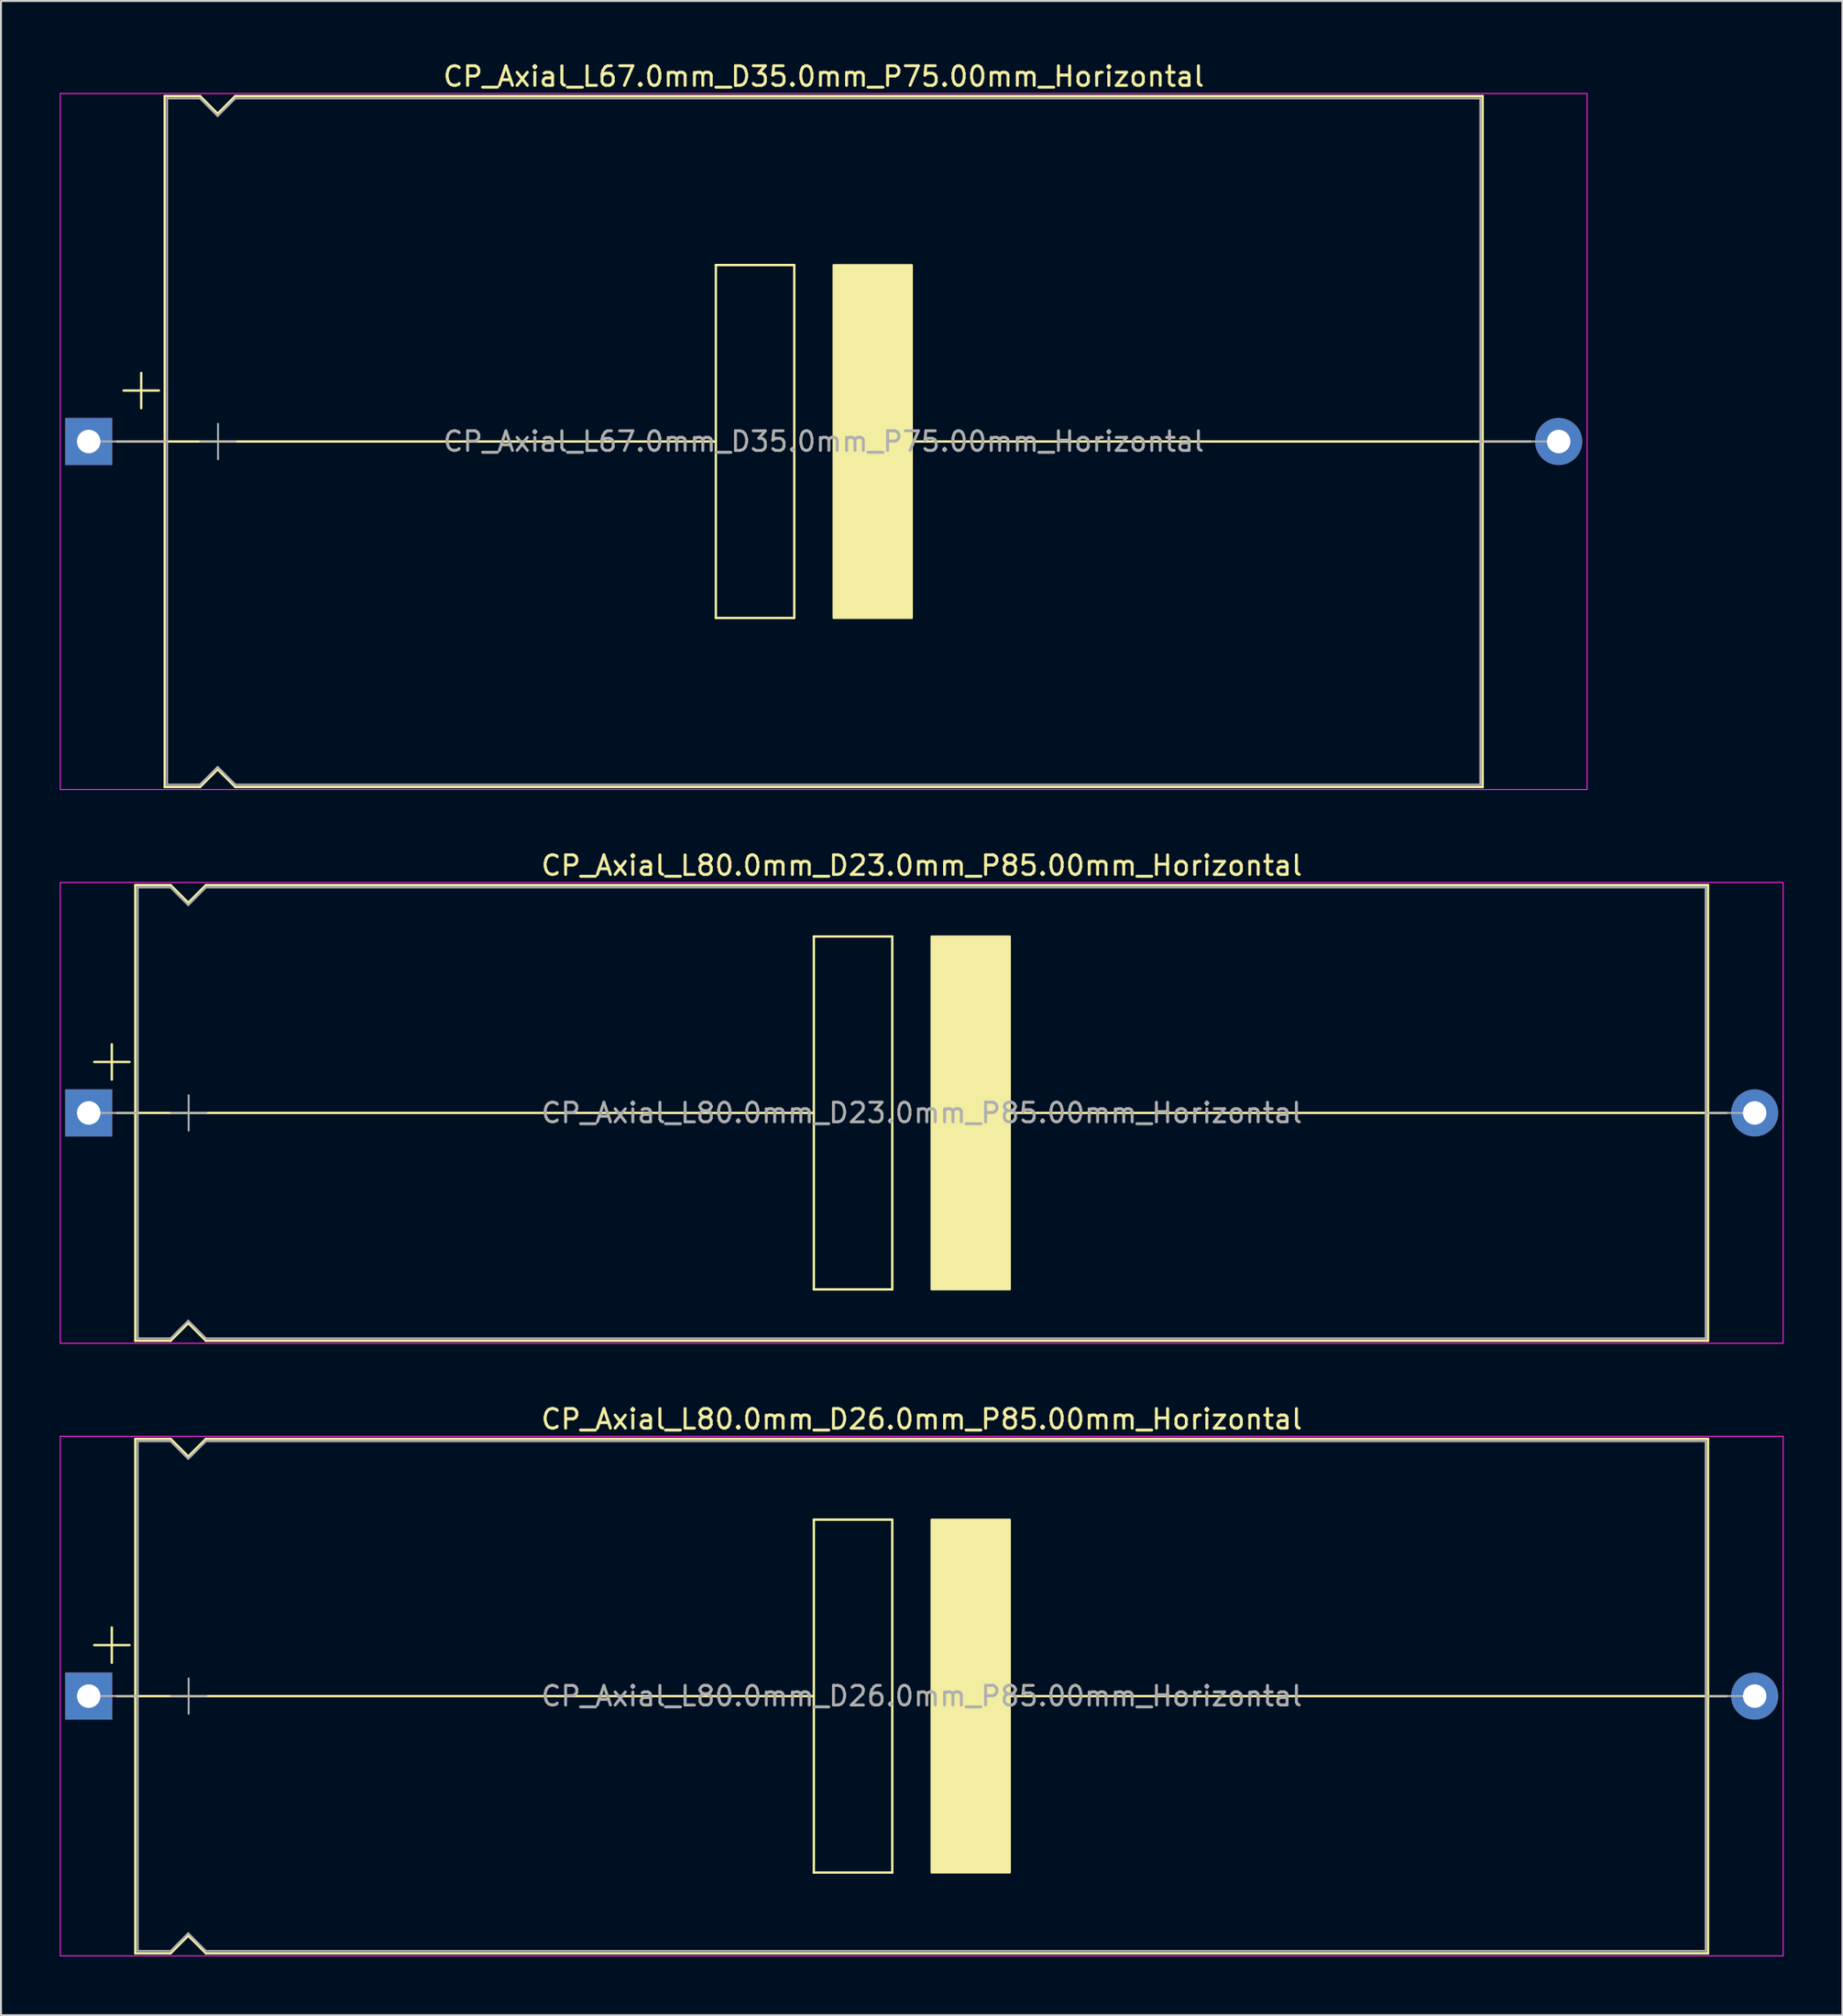
<source format=kicad_pcb>
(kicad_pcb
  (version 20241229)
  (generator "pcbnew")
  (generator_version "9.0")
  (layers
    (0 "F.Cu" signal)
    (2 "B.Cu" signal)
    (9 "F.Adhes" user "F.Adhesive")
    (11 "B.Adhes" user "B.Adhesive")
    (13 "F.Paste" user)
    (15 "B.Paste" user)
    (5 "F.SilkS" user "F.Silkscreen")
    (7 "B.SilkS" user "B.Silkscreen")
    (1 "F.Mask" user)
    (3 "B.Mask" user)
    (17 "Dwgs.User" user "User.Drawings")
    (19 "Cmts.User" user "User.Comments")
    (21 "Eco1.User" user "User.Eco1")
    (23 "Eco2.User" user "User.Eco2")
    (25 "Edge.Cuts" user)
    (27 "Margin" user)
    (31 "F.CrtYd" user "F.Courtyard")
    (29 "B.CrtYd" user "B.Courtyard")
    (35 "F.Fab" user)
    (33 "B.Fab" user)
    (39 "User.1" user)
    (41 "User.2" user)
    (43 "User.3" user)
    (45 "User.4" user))
  (footprint "CP_Axial_L67.0mm_D35.0mm_P75.00mm_Horizontal"
    (layer "F.Cu")
    (at 1.475 19.468)
    (property "Reference" "CP_Axial_L67.0mm_D35.0mm_P75.00mm_Horizontal" (at 37.5 -18.62 0) (layer "F.SilkS") (effects (font (size 1 1) (thickness 0.15))))
    (attr through_hole)
    (fp_line (start 1.44 0) (end 3.88 0) (stroke (width 0.12) (type solid)) (layer "F.SilkS"))
    (fp_line (start 1.78 -2.6) (end 3.58 -2.6) (stroke (width 0.12) (type solid)) (layer "F.SilkS"))
    (fp_line (start 2.68 -3.5) (end 2.68 -1.7) (stroke (width 0.12) (type solid)) (layer "F.SilkS"))
    (fp_line (start 3.873 0) (end 32 0) (stroke (width 0.12) (type solid)) (layer "F.SilkS"))
    (fp_line (start 3.88 -17.62) (end 3.88 17.62) (stroke (width 0.12) (type solid)) (layer "F.SilkS"))
    (fp_line (start 3.88 -17.62) (end 5.68 -17.62) (stroke (width 0.12) (type solid)) (layer "F.SilkS"))
    (fp_line (start 3.88 17.62) (end 5.68 17.62) (stroke (width 0.12) (type solid)) (layer "F.SilkS"))
    (fp_line (start 5.68 -17.62) (end 6.58 -16.72) (stroke (width 0.12) (type solid)) (layer "F.SilkS"))
    (fp_line (start 5.68 17.62) (end 6.58 16.72) (stroke (width 0.12) (type solid)) (layer "F.SilkS"))
    (fp_line (start 6.58 -16.72) (end 7.48 -17.62) (stroke (width 0.12) (type solid)) (layer "F.SilkS"))
    (fp_line (start 6.58 16.72) (end 7.48 17.62) (stroke (width 0.12) (type solid)) (layer "F.SilkS"))
    (fp_line (start 7.48 -17.62) (end 71.12 -17.62) (stroke (width 0.12) (type solid)) (layer "F.SilkS"))
    (fp_line (start 7.48 17.62) (end 71.12 17.62) (stroke (width 0.12) (type solid)) (layer "F.SilkS"))
    (fp_line (start 32 -9) (end 36 -9) (stroke (width 0.12) (type solid)) (layer "F.SilkS"))
    (fp_line (start 32 9) (end 32 -9) (stroke (width 0.12) (type solid)) (layer "F.SilkS"))
    (fp_line (start 36 -9) (end 36 9) (stroke (width 0.12) (type solid)) (layer "F.SilkS"))
    (fp_line (start 36 9) (end 32 9) (stroke (width 0.12) (type solid)) (layer "F.SilkS"))
    (fp_line (start 42 0) (end 71.12 0) (stroke (width 0.12) (type solid)) (layer "F.SilkS"))
    (fp_line (start 71.12 -17.62) (end 71.12 17.62) (stroke (width 0.12) (type solid)) (layer "F.SilkS"))
    (fp_line (start 73.56 0) (end 71.12 0) (stroke (width 0.12) (type solid)) (layer "F.SilkS"))
    (fp_poly (pts (xy 42 9) (xy 38 9) (xy 38 -9) (xy 42 -9)) (stroke (width 0.1) (type solid)) (fill yes) (layer "F.SilkS"))
    (fp_line (start -1.45 -17.75) (end -1.45 17.75) (stroke (width 0.05) (type solid)) (layer "F.CrtYd"))
    (fp_line (start -1.45 17.75) (end 76.45 17.75) (stroke (width 0.05) (type solid)) (layer "F.CrtYd"))
    (fp_line (start 76.45 -17.75) (end -1.45 -17.75) (stroke (width 0.05) (type solid)) (layer "F.CrtYd"))
    (fp_line (start 76.45 17.75) (end 76.45 -17.75) (stroke (width 0.05) (type solid)) (layer "F.CrtYd"))
    (fp_line (start 0 0) (end 4 0) (stroke (width 0.1) (type solid)) (layer "F.Fab"))
    (fp_line (start 4 -17.5) (end 4 17.5) (stroke (width 0.1) (type solid)) (layer "F.Fab"))
    (fp_line (start 4 -17.5) (end 5.68 -17.5) (stroke (width 0.1) (type solid)) (layer "F.Fab"))
    (fp_line (start 4 17.5) (end 5.68 17.5) (stroke (width 0.1) (type solid)) (layer "F.Fab"))
    (fp_line (start 5.68 -17.5) (end 6.58 -16.6) (stroke (width 0.1) (type solid)) (layer "F.Fab"))
    (fp_line (start 5.68 17.5) (end 6.58 16.6) (stroke (width 0.1) (type solid)) (layer "F.Fab"))
    (fp_line (start 5.7 0) (end 7.5 0) (stroke (width 0.1) (type solid)) (layer "F.Fab"))
    (fp_line (start 6.58 -16.6) (end 7.48 -17.5) (stroke (width 0.1) (type solid)) (layer "F.Fab"))
    (fp_line (start 6.58 16.6) (end 7.48 17.5) (stroke (width 0.1) (type solid)) (layer "F.Fab"))
    (fp_line (start 6.6 -0.9) (end 6.6 0.9) (stroke (width 0.1) (type solid)) (layer "F.Fab"))
    (fp_line (start 7.48 -17.5) (end 71 -17.5) (stroke (width 0.1) (type solid)) (layer "F.Fab"))
    (fp_line (start 7.48 17.5) (end 71 17.5) (stroke (width 0.1) (type solid)) (layer "F.Fab"))
    (fp_line (start 71 -17.5) (end 71 17.5) (stroke (width 0.1) (type solid)) (layer "F.Fab"))
    (fp_line (start 75 0) (end 71 0) (stroke (width 0.1) (type solid)) (layer "F.Fab"))
    (fp_text user "${REFERENCE}" (at 37.5 0 0) (layer "F.Fab") (effects (font (size 1 1) (thickness 0.15))))
    (pad "1" thru_hole rect (at 0 0) (size 2.4 2.4) (drill 1.2) (layers "*.Cu" "*.Mask"))
    (pad "2" thru_hole oval (at 75 0) (size 2.4 2.4) (drill 1.2) (layers "*.Cu" "*.Mask")))
  (footprint "CP_Axial_L80.0mm_D26.0mm_P85.00mm_Horizontal"
    (layer "F.Cu")
    (at 1.475 83.455)
    (property "Reference" "CP_Axial_L80.0mm_D26.0mm_P85.00mm_Horizontal" (at 42.5 -14.12 0) (layer "F.SilkS") (effects (font (size 1 1) (thickness 0.15))))
    (attr through_hole)
    (fp_line (start 0.28 -2.6) (end 2.08 -2.6) (stroke (width 0.12) (type solid)) (layer "F.SilkS"))
    (fp_line (start 1.18 -3.5) (end 1.18 -1.7) (stroke (width 0.12) (type solid)) (layer "F.SilkS"))
    (fp_line (start 1.44 0) (end 2.38 0) (stroke (width 0.12) (type solid)) (layer "F.SilkS"))
    (fp_line (start 2.38 -13.12) (end 2.38 13.12) (stroke (width 0.12) (type solid)) (layer "F.SilkS"))
    (fp_line (start 2.38 -13.12) (end 4.18 -13.12) (stroke (width 0.12) (type solid)) (layer "F.SilkS"))
    (fp_line (start 2.38 0) (end 37 0) (stroke (width 0.12) (type solid)) (layer "F.SilkS"))
    (fp_line (start 2.38 13.12) (end 4.18 13.12) (stroke (width 0.12) (type solid)) (layer "F.SilkS"))
    (fp_line (start 4.18 -13.12) (end 5.08 -12.22) (stroke (width 0.12) (type solid)) (layer "F.SilkS"))
    (fp_line (start 4.18 13.12) (end 5.08 12.22) (stroke (width 0.12) (type solid)) (layer "F.SilkS"))
    (fp_line (start 5.08 -12.22) (end 5.98 -13.12) (stroke (width 0.12) (type solid)) (layer "F.SilkS"))
    (fp_line (start 5.08 12.22) (end 5.98 13.12) (stroke (width 0.12) (type solid)) (layer "F.SilkS"))
    (fp_line (start 5.98 -13.12) (end 82.62 -13.12) (stroke (width 0.12) (type solid)) (layer "F.SilkS"))
    (fp_line (start 5.98 13.12) (end 82.62 13.12) (stroke (width 0.12) (type solid)) (layer "F.SilkS"))
    (fp_line (start 37 -9) (end 41 -9) (stroke (width 0.12) (type solid)) (layer "F.SilkS"))
    (fp_line (start 37 9) (end 37 -9) (stroke (width 0.12) (type solid)) (layer "F.SilkS"))
    (fp_line (start 41 -9) (end 41 9) (stroke (width 0.12) (type solid)) (layer "F.SilkS"))
    (fp_line (start 41 9) (end 37 9) (stroke (width 0.12) (type solid)) (layer "F.SilkS"))
    (fp_line (start 47 0) (end 82.62 0) (stroke (width 0.12) (type solid)) (layer "F.SilkS"))
    (fp_line (start 82.62 -13.12) (end 82.62 13.12) (stroke (width 0.12) (type solid)) (layer "F.SilkS"))
    (fp_line (start 83.56 0) (end 82.62 0) (stroke (width 0.12) (type solid)) (layer "F.SilkS"))
    (fp_poly (pts (xy 47 9) (xy 43 9) (xy 43 -9) (xy 47 -9)) (stroke (width 0.1) (type solid)) (fill yes) (layer "F.SilkS"))
    (fp_line (start -1.45 -13.25) (end -1.45 13.25) (stroke (width 0.05) (type solid)) (layer "F.CrtYd"))
    (fp_line (start -1.45 13.25) (end 86.45 13.25) (stroke (width 0.05) (type solid)) (layer "F.CrtYd"))
    (fp_line (start 86.45 -13.25) (end -1.45 -13.25) (stroke (width 0.05) (type solid)) (layer "F.CrtYd"))
    (fp_line (start 86.45 13.25) (end 86.45 -13.25) (stroke (width 0.05) (type solid)) (layer "F.CrtYd"))
    (fp_line (start 0 0) (end 2.5 0) (stroke (width 0.1) (type solid)) (layer "F.Fab"))
    (fp_line (start 2.5 -13) (end 2.5 13) (stroke (width 0.1) (type solid)) (layer "F.Fab"))
    (fp_line (start 2.5 -13) (end 4.18 -13) (stroke (width 0.1) (type solid)) (layer "F.Fab"))
    (fp_line (start 2.5 13) (end 4.18 13) (stroke (width 0.1) (type solid)) (layer "F.Fab"))
    (fp_line (start 4.18 -13) (end 5.08 -12.1) (stroke (width 0.1) (type solid)) (layer "F.Fab"))
    (fp_line (start 4.18 13) (end 5.08 12.1) (stroke (width 0.1) (type solid)) (layer "F.Fab"))
    (fp_line (start 4.2 0) (end 6 0) (stroke (width 0.1) (type solid)) (layer "F.Fab"))
    (fp_line (start 5.08 -12.1) (end 5.98 -13) (stroke (width 0.1) (type solid)) (layer "F.Fab"))
    (fp_line (start 5.08 12.1) (end 5.98 13) (stroke (width 0.1) (type solid)) (layer "F.Fab"))
    (fp_line (start 5.1 -0.9) (end 5.1 0.9) (stroke (width 0.1) (type solid)) (layer "F.Fab"))
    (fp_line (start 5.98 -13) (end 82.5 -13) (stroke (width 0.1) (type solid)) (layer "F.Fab"))
    (fp_line (start 5.98 13) (end 82.5 13) (stroke (width 0.1) (type solid)) (layer "F.Fab"))
    (fp_line (start 82.5 -13) (end 82.5 13) (stroke (width 0.1) (type solid)) (layer "F.Fab"))
    (fp_line (start 85 0) (end 82.5 0) (stroke (width 0.1) (type solid)) (layer "F.Fab"))
    (fp_text user "${REFERENCE}" (at 42.5 0 0) (layer "F.Fab") (effects (font (size 1 1) (thickness 0.15))))
    (pad "1" thru_hole rect (at 0 0) (size 2.4 2.4) (drill 1.2) (layers "*.Cu" "*.Mask"))
    (pad "2" thru_hole oval (at 85 0) (size 2.4 2.4) (drill 1.2) (layers "*.Cu" "*.Mask")))
  (footprint "CP_Axial_L80.0mm_D23.0mm_P85.00mm_Horizontal"
    (layer "F.Cu")
    (at 1.475 53.712)
    (property "Reference" "CP_Axial_L80.0mm_D23.0mm_P85.00mm_Horizontal" (at 42.5 -12.62 0) (layer "F.SilkS") (effects (font (size 1 1) (thickness 0.15))))
    (attr through_hole)
    (fp_line (start 0.28 -2.6) (end 2.08 -2.6) (stroke (width 0.12) (type solid)) (layer "F.SilkS"))
    (fp_line (start 1.18 -3.5) (end 1.18 -1.7) (stroke (width 0.12) (type solid)) (layer "F.SilkS"))
    (fp_line (start 1.44 0) (end 2.38 0) (stroke (width 0.12) (type solid)) (layer "F.SilkS"))
    (fp_line (start 2.38 -11.62) (end 2.38 11.62) (stroke (width 0.12) (type solid)) (layer "F.SilkS"))
    (fp_line (start 2.38 -11.62) (end 4.18 -11.62) (stroke (width 0.12) (type solid)) (layer "F.SilkS"))
    (fp_line (start 2.38 0) (end 37 0) (stroke (width 0.12) (type solid)) (layer "F.SilkS"))
    (fp_line (start 2.38 11.62) (end 4.18 11.62) (stroke (width 0.12) (type solid)) (layer "F.SilkS"))
    (fp_line (start 4.18 -11.62) (end 5.08 -10.72) (stroke (width 0.12) (type solid)) (layer "F.SilkS"))
    (fp_line (start 4.18 11.62) (end 5.08 10.72) (stroke (width 0.12) (type solid)) (layer "F.SilkS"))
    (fp_line (start 5.08 -10.72) (end 5.98 -11.62) (stroke (width 0.12) (type solid)) (layer "F.SilkS"))
    (fp_line (start 5.08 10.72) (end 5.98 11.62) (stroke (width 0.12) (type solid)) (layer "F.SilkS"))
    (fp_line (start 5.98 -11.62) (end 82.62 -11.62) (stroke (width 0.12) (type solid)) (layer "F.SilkS"))
    (fp_line (start 5.98 11.62) (end 82.62 11.62) (stroke (width 0.12) (type solid)) (layer "F.SilkS"))
    (fp_line (start 37 -9) (end 41 -9) (stroke (width 0.12) (type solid)) (layer "F.SilkS"))
    (fp_line (start 37 9) (end 37 -9) (stroke (width 0.12) (type solid)) (layer "F.SilkS"))
    (fp_line (start 41 -9) (end 41 9) (stroke (width 0.12) (type solid)) (layer "F.SilkS"))
    (fp_line (start 41 9) (end 37 9) (stroke (width 0.12) (type solid)) (layer "F.SilkS"))
    (fp_line (start 47 0) (end 82.62 0) (stroke (width 0.12) (type solid)) (layer "F.SilkS"))
    (fp_line (start 82.62 -11.62) (end 82.62 11.62) (stroke (width 0.12) (type solid)) (layer "F.SilkS"))
    (fp_line (start 83.56 0) (end 82.62 0) (stroke (width 0.12) (type solid)) (layer "F.SilkS"))
    (fp_poly (pts (xy 47 9) (xy 43 9) (xy 43 -9) (xy 47 -9)) (stroke (width 0.1) (type solid)) (fill yes) (layer "F.SilkS"))
    (fp_line (start -1.45 -11.75) (end -1.45 11.75) (stroke (width 0.05) (type solid)) (layer "F.CrtYd"))
    (fp_line (start -1.45 11.75) (end 86.45 11.75) (stroke (width 0.05) (type solid)) (layer "F.CrtYd"))
    (fp_line (start 86.45 -11.75) (end -1.45 -11.75) (stroke (width 0.05) (type solid)) (layer "F.CrtYd"))
    (fp_line (start 86.45 11.75) (end 86.45 -11.75) (stroke (width 0.05) (type solid)) (layer "F.CrtYd"))
    (fp_line (start 0 0) (end 2.5 0) (stroke (width 0.1) (type solid)) (layer "F.Fab"))
    (fp_line (start 2.5 -11.5) (end 2.5 11.5) (stroke (width 0.1) (type solid)) (layer "F.Fab"))
    (fp_line (start 2.5 -11.5) (end 4.18 -11.5) (stroke (width 0.1) (type solid)) (layer "F.Fab"))
    (fp_line (start 2.5 11.5) (end 4.18 11.5) (stroke (width 0.1) (type solid)) (layer "F.Fab"))
    (fp_line (start 4.18 -11.5) (end 5.08 -10.6) (stroke (width 0.1) (type solid)) (layer "F.Fab"))
    (fp_line (start 4.18 11.5) (end 5.08 10.6) (stroke (width 0.1) (type solid)) (layer "F.Fab"))
    (fp_line (start 4.2 0) (end 6 0) (stroke (width 0.1) (type solid)) (layer "F.Fab"))
    (fp_line (start 5.08 -10.6) (end 5.98 -11.5) (stroke (width 0.1) (type solid)) (layer "F.Fab"))
    (fp_line (start 5.08 10.6) (end 5.98 11.5) (stroke (width 0.1) (type solid)) (layer "F.Fab"))
    (fp_line (start 5.1 -0.9) (end 5.1 0.9) (stroke (width 0.1) (type solid)) (layer "F.Fab"))
    (fp_line (start 5.98 -11.5) (end 82.5 -11.5) (stroke (width 0.1) (type solid)) (layer "F.Fab"))
    (fp_line (start 5.98 11.5) (end 82.5 11.5) (stroke (width 0.1) (type solid)) (layer "F.Fab"))
    (fp_line (start 82.5 -11.5) (end 82.5 11.5) (stroke (width 0.1) (type solid)) (layer "F.Fab"))
    (fp_line (start 85 0) (end 82.5 0) (stroke (width 0.1) (type solid)) (layer "F.Fab"))
    (fp_text user "${REFERENCE}" (at 42.5 0 0) (layer "F.Fab") (effects (font (size 1 1) (thickness 0.15))))
    (pad "1" thru_hole rect (at 0 0) (size 2.4 2.4) (drill 1.2) (layers "*.Cu" "*.Mask"))
    (pad "2" thru_hole oval (at 85 0) (size 2.4 2.4) (drill 1.2) (layers "*.Cu" "*.Mask")))
  (gr_rect
    (start -3 -3)
    (end 90.95 99.73)
    (stroke (width 0.1) (type default))
    (fill no)
    (layer "Edge.Cuts")))
</source>
